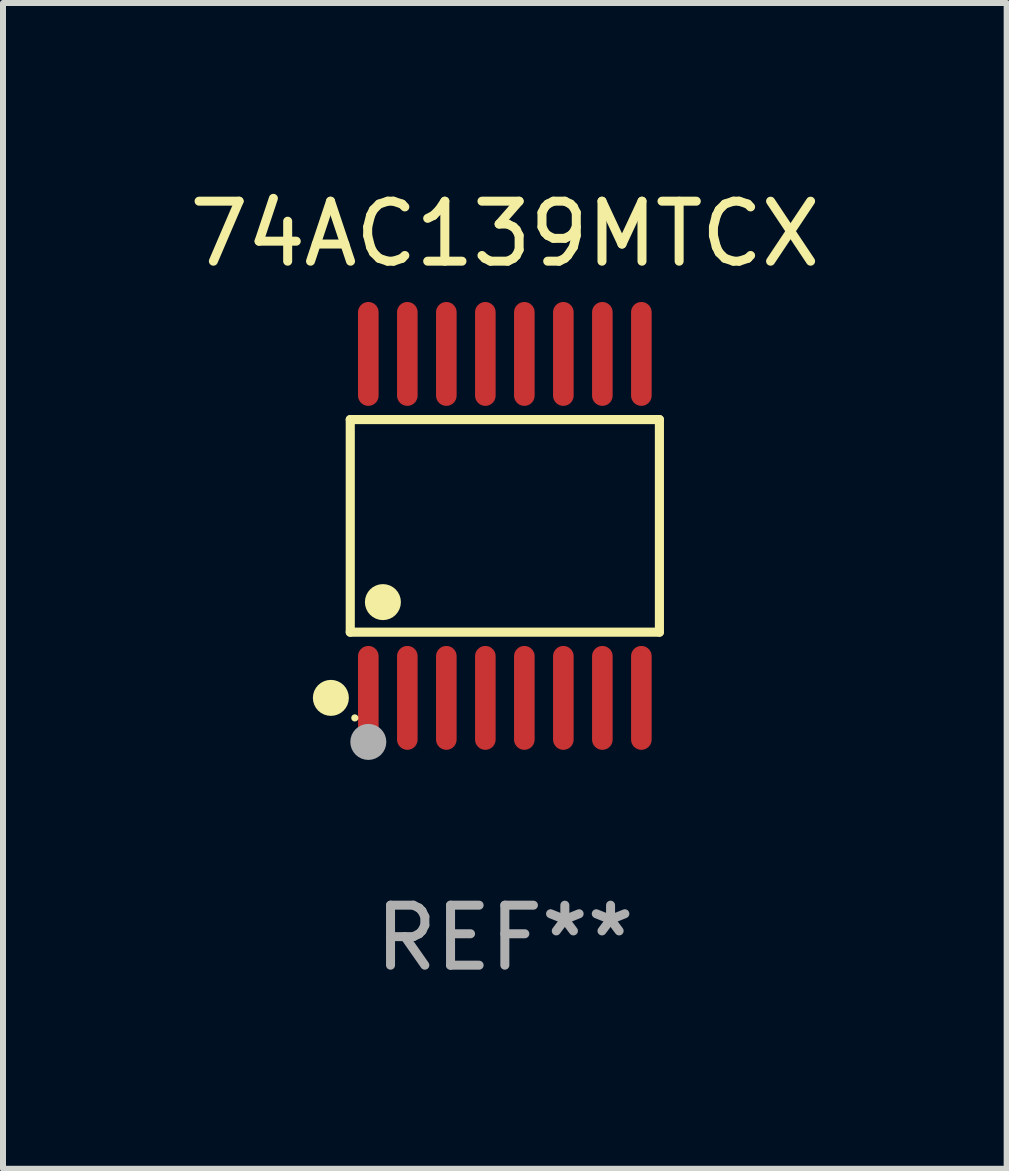
<source format=kicad_pcb>
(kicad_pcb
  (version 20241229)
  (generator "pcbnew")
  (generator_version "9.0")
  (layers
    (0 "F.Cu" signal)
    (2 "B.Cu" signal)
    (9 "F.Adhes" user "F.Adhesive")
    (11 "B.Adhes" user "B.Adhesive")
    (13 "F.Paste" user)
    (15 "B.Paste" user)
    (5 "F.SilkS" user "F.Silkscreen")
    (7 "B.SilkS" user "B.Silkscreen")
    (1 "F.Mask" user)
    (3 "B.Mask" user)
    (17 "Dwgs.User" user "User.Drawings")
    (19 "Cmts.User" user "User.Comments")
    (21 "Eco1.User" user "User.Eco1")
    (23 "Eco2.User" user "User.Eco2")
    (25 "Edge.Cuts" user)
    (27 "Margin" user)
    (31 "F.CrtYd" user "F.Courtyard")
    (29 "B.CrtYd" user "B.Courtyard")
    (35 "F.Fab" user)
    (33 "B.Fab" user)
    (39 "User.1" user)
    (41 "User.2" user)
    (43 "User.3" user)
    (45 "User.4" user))
  (footprint "74AC139MTCX"
    (layer "F.Cu")
    (at 5.363 5.714)
    (property "Reference" "74AC139MTCX" (at 0 -4.866 0) (layer "F.SilkS") (effects (font (size 1 1) (thickness 0.15))))
    (attr through_hole)
    (fp_line (start -2.576 -1.772) (end 2.576 -1.772) (stroke (width 0.152) (type solid)) (layer "F.SilkS"))
    (fp_line (start -2.576 1.771) (end -2.576 -1.772) (stroke (width 0.152) (type solid)) (layer "F.SilkS"))
    (fp_line (start 2.576 -1.772) (end 2.576 1.771) (stroke (width 0.152) (type solid)) (layer "F.SilkS"))
    (fp_line (start 2.576 1.771) (end -2.576 1.771) (stroke (width 0.152) (type solid)) (layer "F.SilkS"))
    (fp_circle (center -2.899 2.866) (end -2.749 2.866) (stroke (width 0.3) (type solid)) (fill no) (layer "F.SilkS"))
    (fp_circle (center -2.5 3.2) (end -2.47 3.2) (stroke (width 0.06) (type solid)) (fill no) (layer "F.SilkS"))
    (fp_circle (center -2.032 1.27) (end -1.882 1.27) (stroke (width 0.3) (type solid)) (fill no) (layer "F.SilkS"))
    (fp_circle (center -2.275 3.6) (end -2.125 3.6) (stroke (width 0.3) (type solid)) (fill no) (layer "F.Fab"))
    (fp_text user "REF**" (at 0 6.866 0) (layer "F.Fab") (effects (font (size 1 1) (thickness 0.15))))
    (pad "1" smd oval (at -2.275 2.866) (size 0.343 1.731) (layers "F.Cu" "F.Mask" "F.Paste"))
    (pad "2" smd oval (at -1.625 2.866) (size 0.343 1.731) (layers "F.Cu" "F.Mask" "F.Paste"))
    (pad "3" smd oval (at -0.975 2.866) (size 0.343 1.731) (layers "F.Cu" "F.Mask" "F.Paste"))
    (pad "4" smd oval (at -0.325 2.866) (size 0.343 1.731) (layers "F.Cu" "F.Mask" "F.Paste"))
    (pad "5" smd oval (at 0.325 2.866) (size 0.343 1.731) (layers "F.Cu" "F.Mask" "F.Paste"))
    (pad "6" smd oval (at 0.975 2.866) (size 0.343 1.731) (layers "F.Cu" "F.Mask" "F.Paste"))
    (pad "7" smd oval (at 1.625 2.866) (size 0.343 1.731) (layers "F.Cu" "F.Mask" "F.Paste"))
    (pad "8" smd oval (at 2.275 2.866) (size 0.343 1.731) (layers "F.Cu" "F.Mask" "F.Paste"))
    (pad "9" smd oval (at 2.275 -2.866) (size 0.343 1.731) (layers "F.Cu" "F.Mask" "F.Paste"))
    (pad "10" smd oval (at 1.625 -2.866) (size 0.343 1.731) (layers "F.Cu" "F.Mask" "F.Paste"))
    (pad "11" smd oval (at 0.975 -2.866) (size 0.343 1.731) (layers "F.Cu" "F.Mask" "F.Paste"))
    (pad "12" smd oval (at 0.325 -2.866) (size 0.343 1.731) (layers "F.Cu" "F.Mask" "F.Paste"))
    (pad "13" smd oval (at -0.325 -2.866) (size 0.343 1.731) (layers "F.Cu" "F.Mask" "F.Paste"))
    (pad "14" smd oval (at -0.975 -2.866) (size 0.343 1.731) (layers "F.Cu" "F.Mask" "F.Paste"))
    (pad "15" smd oval (at -1.625 -2.866) (size 0.343 1.731) (layers "F.Cu" "F.Mask" "F.Paste"))
    (pad "16" smd oval (at -2.275 -2.866) (size 0.343 1.731) (layers "F.Cu" "F.Mask" "F.Paste")))
  (gr_rect
    (start -3 -3)
    (end 13.726 16.428)
    (stroke (width 0.1) (type default))
    (fill no)
    (layer "Edge.Cuts")))
</source>
